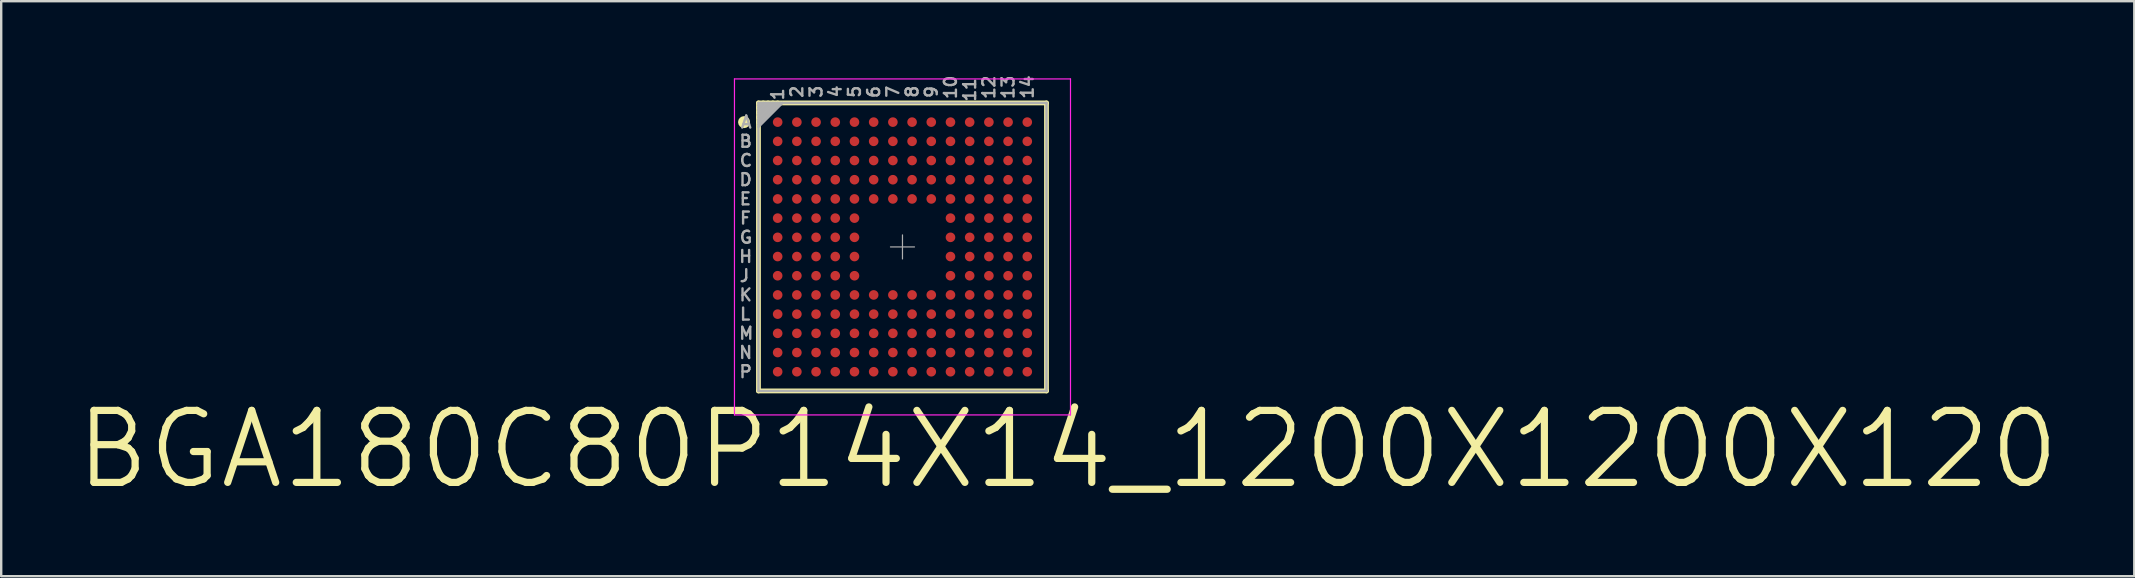
<source format=kicad_pcb>
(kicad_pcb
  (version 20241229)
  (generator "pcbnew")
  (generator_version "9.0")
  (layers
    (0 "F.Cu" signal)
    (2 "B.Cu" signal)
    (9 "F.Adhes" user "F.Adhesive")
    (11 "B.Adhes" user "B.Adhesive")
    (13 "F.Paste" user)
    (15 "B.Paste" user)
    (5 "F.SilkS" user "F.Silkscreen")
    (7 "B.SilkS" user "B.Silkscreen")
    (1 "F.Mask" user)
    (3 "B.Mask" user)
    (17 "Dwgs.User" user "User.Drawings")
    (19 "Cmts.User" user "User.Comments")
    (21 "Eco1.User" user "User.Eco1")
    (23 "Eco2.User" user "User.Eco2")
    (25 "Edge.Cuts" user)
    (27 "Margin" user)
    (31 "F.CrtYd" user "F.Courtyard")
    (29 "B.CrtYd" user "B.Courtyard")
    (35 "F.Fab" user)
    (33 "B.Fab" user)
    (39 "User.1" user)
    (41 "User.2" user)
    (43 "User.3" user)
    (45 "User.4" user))
  (footprint "BGA180C80P14X14_1200X1200X120"
    (layer "F.Cu")
    (at 34.55 7.238)
    (property "Reference" "BGA180C80P14X14_1200X1200X120" (at 6.886 8.437 0) (layer "F.SilkS") (effects (font (size 3 3) (thickness 0.3))))
    (attr smd)
    (fp_line (start -6 -6) (end 6 -6) (stroke (width 0.2) (type solid)) (layer "F.SilkS"))
    (fp_line (start -6 -5.8) (end -5.8 -6) (stroke (width 0.2) (type solid)) (layer "F.SilkS"))
    (fp_line (start -6 -5.6) (end -5.6 -6) (stroke (width 0.2) (type solid)) (layer "F.SilkS"))
    (fp_line (start -6 -5.4) (end -5.4 -6) (stroke (width 0.2) (type solid)) (layer "F.SilkS"))
    (fp_line (start -6 -5.2) (end -5.2 -6) (stroke (width 0.2) (type solid)) (layer "F.SilkS"))
    (fp_line (start -6 6) (end -6 -6) (stroke (width 0.2) (type solid)) (layer "F.SilkS"))
    (fp_line (start -6 6) (end 6 6) (stroke (width 0.2) (type solid)) (layer "F.SilkS"))
    (fp_line (start 6 6) (end 6 -6) (stroke (width 0.2) (type solid)) (layer "F.SilkS"))
    (fp_circle (center -6.6 -5.2) (end -6.475 -5.2) (stroke (width 0.25) (type solid)) (fill no) (layer "F.SilkS"))
    (fp_line (start -7 -7) (end 7 -7) (stroke (width 0.05) (type solid)) (layer "F.CrtYd"))
    (fp_line (start -7 7) (end -7 -7) (stroke (width 0.05) (type solid)) (layer "F.CrtYd"))
    (fp_line (start -7 7) (end 7 7) (stroke (width 0.05) (type solid)) (layer "F.CrtYd"))
    (fp_line (start 7 7) (end 7 -7) (stroke (width 0.05) (type solid)) (layer "F.CrtYd"))
    (fp_line (start -6 -6) (end 6 -6) (stroke (width 0.1) (type solid)) (layer "F.Fab"))
    (fp_line (start -6 -5.9) (end -5.9 -6) (stroke (width 0.1) (type solid)) (layer "F.Fab"))
    (fp_line (start -6 -5.8) (end -5.8 -6) (stroke (width 0.1) (type solid)) (layer "F.Fab"))
    (fp_line (start -6 -5.7) (end -5.7 -6) (stroke (width 0.1) (type solid)) (layer "F.Fab"))
    (fp_line (start -6 -5.6) (end -5.6 -6) (stroke (width 0.1) (type solid)) (layer "F.Fab"))
    (fp_line (start -6 -5.5) (end -5.5 -6) (stroke (width 0.1) (type solid)) (layer "F.Fab"))
    (fp_line (start -6 -5.4) (end -5.4 -6) (stroke (width 0.1) (type solid)) (layer "F.Fab"))
    (fp_line (start -6 -5.3) (end -5.3 -6) (stroke (width 0.1) (type solid)) (layer "F.Fab"))
    (fp_line (start -6 -5.2) (end -5.2 -6) (stroke (width 0.1) (type solid)) (layer "F.Fab"))
    (fp_line (start -6 -5.1) (end -5.1 -6) (stroke (width 0.1) (type solid)) (layer "F.Fab"))
    (fp_line (start -6 -5) (end -5 -6) (stroke (width 0.1) (type solid)) (layer "F.Fab"))
    (fp_line (start -6 6) (end -6 -6) (stroke (width 0.1) (type solid)) (layer "F.Fab"))
    (fp_line (start -6 6) (end 6 6) (stroke (width 0.1) (type solid)) (layer "F.Fab"))
    (fp_line (start -0.5 0) (end 0.5 0) (stroke (width 0.05) (type solid)) (layer "F.Fab"))
    (fp_line (start 0 0.5) (end 0 -0.5) (stroke (width 0.05) (type solid)) (layer "F.Fab"))
    (fp_line (start 6 6) (end 6 -6) (stroke (width 0.1) (type solid)) (layer "F.Fab"))
    (fp_text user "H" (at -6.533 0.4 0) (layer "F.Fab") (effects (font (size 0.5 0.5) (thickness 0.1))))
    (fp_text user "N" (at -6.533 4.4 0) (layer "F.Fab") (effects (font (size 0.5 0.5) (thickness 0.1))))
    (fp_text user "E" (at -6.545 -2 0) (layer "F.Fab") (effects (font (size 0.5 0.5) (thickness 0.1))))
    (fp_text user "2" (at -4.4 -6.467 90) (layer "F.Fab") (effects (font (size 0.5 0.5) (thickness 0.1))))
    (fp_text user "8" (at 0.4 -6.467 90) (layer "F.Fab") (effects (font (size 0.5 0.5) (thickness 0.1))))
    (fp_text user "P" (at -6.533 5.2 0) (layer "F.Fab") (effects (font (size 0.5 0.5) (thickness 0.1))))
    (fp_text user "10" (at 2 -6.65 90) (layer "F.Fab") (effects (font (size 0.5 0.5) (thickness 0.1))))
    (fp_text user "J" (at -6.581 1.2 0) (layer "F.Fab") (effects (font (size 0.5 0.5) (thickness 0.1))))
    (fp_text user "K" (at -6.533 2 0) (layer "F.Fab") (effects (font (size 0.5 0.5) (thickness 0.1))))
    (fp_text user "L" (at -6.557 2.8 0) (layer "F.Fab") (effects (font (size 0.5 0.5) (thickness 0.1))))
    (fp_text user "9" (at 1.2 -6.455 90) (layer "F.Fab") (effects (font (size 0.5 0.5) (thickness 0.1))))
    (fp_text user "14" (at 5.2 -6.662 90) (layer "F.Fab") (effects (font (size 0.5 0.5) (thickness 0.1))))
    (fp_text user "F" (at -6.545 -1.2 0) (layer "F.Fab") (effects (font (size 0.5 0.5) (thickness 0.1))))
    (fp_text user "6" (at -1.2 -6.455 90) (layer "F.Fab") (effects (font (size 0.5 0.5) (thickness 0.1))))
    (fp_text user "11" (at 2.8 -6.543 90) (layer "F.Fab") (effects (font (size 0.5 0.5) (thickness 0.1))))
    (fp_text user "G" (at -6.521 -0.4 0) (layer "F.Fab") (effects (font (size 0.5 0.5) (thickness 0.1))))
    (fp_text user "C" (at -6.521 -3.6 0) (layer "F.Fab") (effects (font (size 0.5 0.5) (thickness 0.1))))
    (fp_text user "4" (at -2.8 -6.479 90) (layer "F.Fab") (effects (font (size 0.5 0.5) (thickness 0.1))))
    (fp_text user "A" (at -6.51 -5.2 0) (layer "F.Fab") (effects (font (size 0.5 0.5) (thickness 0.1))))
    (fp_text user "3" (at -3.6 -6.467 90) (layer "F.Fab") (effects (font (size 0.5 0.5) (thickness 0.1))))
    (fp_text user "1" (at -5.2 -6.36 90) (layer "F.Fab") (effects (font (size 0.5 0.5) (thickness 0.1))))
    (fp_text user "13" (at 4.4 -6.65 90) (layer "F.Fab") (effects (font (size 0.5 0.5) (thickness 0.1))))
    (fp_text user "D" (at -6.533 -2.8 0) (layer "F.Fab") (effects (font (size 0.5 0.5) (thickness 0.1))))
    (fp_text user "B" (at -6.533 -4.4 0) (layer "F.Fab") (effects (font (size 0.5 0.5) (thickness 0.1))))
    (fp_text user "7" (at -0.4 -6.467 90) (layer "F.Fab") (effects (font (size 0.5 0.5) (thickness 0.1))))
    (fp_text user "12" (at 3.6 -6.65 90) (layer "F.Fab") (effects (font (size 0.5 0.5) (thickness 0.1))))
    (fp_text user "M" (at -6.51 3.6 0) (layer "F.Fab") (effects (font (size 0.5 0.5) (thickness 0.1))))
    (fp_text user "5" (at -2 -6.467 90) (layer "F.Fab") (effects (font (size 0.5 0.5) (thickness 0.1))))
    (pad "A1" smd circle (at -5.2 -5.2) (size 0.4 0.4) (layers "F.Cu" "F.Mask" "F.Paste"))
    (pad "A2" smd circle (at -4.4 -5.2) (size 0.4 0.4) (layers "F.Cu" "F.Mask" "F.Paste"))
    (pad "A3" smd circle (at -3.6 -5.2) (size 0.4 0.4) (layers "F.Cu" "F.Mask" "F.Paste"))
    (pad "A4" smd circle (at -2.8 -5.2) (size 0.4 0.4) (layers "F.Cu" "F.Mask" "F.Paste"))
    (pad "A5" smd circle (at -2 -5.2) (size 0.4 0.4) (layers "F.Cu" "F.Mask" "F.Paste"))
    (pad "A6" smd circle (at -1.2 -5.2) (size 0.4 0.4) (layers "F.Cu" "F.Mask" "F.Paste"))
    (pad "A7" smd circle (at -0.4 -5.2) (size 0.4 0.4) (layers "F.Cu" "F.Mask" "F.Paste"))
    (pad "A8" smd circle (at 0.4 -5.2) (size 0.4 0.4) (layers "F.Cu" "F.Mask" "F.Paste"))
    (pad "A9" smd circle (at 1.2 -5.2) (size 0.4 0.4) (layers "F.Cu" "F.Mask" "F.Paste"))
    (pad "A10" smd circle (at 2 -5.2) (size 0.4 0.4) (layers "F.Cu" "F.Mask" "F.Paste"))
    (pad "A11" smd circle (at 2.8 -5.2) (size 0.4 0.4) (layers "F.Cu" "F.Mask" "F.Paste"))
    (pad "A12" smd circle (at 3.6 -5.2) (size 0.4 0.4) (layers "F.Cu" "F.Mask" "F.Paste"))
    (pad "A13" smd circle (at 4.4 -5.2) (size 0.4 0.4) (layers "F.Cu" "F.Mask" "F.Paste"))
    (pad "A14" smd circle (at 5.2 -5.2) (size 0.4 0.4) (layers "F.Cu" "F.Mask" "F.Paste"))
    (pad "B1" smd circle (at -5.2 -4.4) (size 0.4 0.4) (layers "F.Cu" "F.Mask" "F.Paste"))
    (pad "B2" smd circle (at -4.4 -4.4) (size 0.4 0.4) (layers "F.Cu" "F.Mask" "F.Paste"))
    (pad "B3" smd circle (at -3.6 -4.4) (size 0.4 0.4) (layers "F.Cu" "F.Mask" "F.Paste"))
    (pad "B4" smd circle (at -2.8 -4.4) (size 0.4 0.4) (layers "F.Cu" "F.Mask" "F.Paste"))
    (pad "B5" smd circle (at -2 -4.4) (size 0.4 0.4) (layers "F.Cu" "F.Mask" "F.Paste"))
    (pad "B6" smd circle (at -1.2 -4.4) (size 0.4 0.4) (layers "F.Cu" "F.Mask" "F.Paste"))
    (pad "B7" smd circle (at -0.4 -4.4) (size 0.4 0.4) (layers "F.Cu" "F.Mask" "F.Paste"))
    (pad "B8" smd circle (at 0.4 -4.4) (size 0.4 0.4) (layers "F.Cu" "F.Mask" "F.Paste"))
    (pad "B9" smd circle (at 1.2 -4.4) (size 0.4 0.4) (layers "F.Cu" "F.Mask" "F.Paste"))
    (pad "B10" smd circle (at 2 -4.4) (size 0.4 0.4) (layers "F.Cu" "F.Mask" "F.Paste"))
    (pad "B11" smd circle (at 2.8 -4.4) (size 0.4 0.4) (layers "F.Cu" "F.Mask" "F.Paste"))
    (pad "B12" smd circle (at 3.6 -4.4) (size 0.4 0.4) (layers "F.Cu" "F.Mask" "F.Paste"))
    (pad "B13" smd circle (at 4.4 -4.4) (size 0.4 0.4) (layers "F.Cu" "F.Mask" "F.Paste"))
    (pad "B14" smd circle (at 5.2 -4.4) (size 0.4 0.4) (layers "F.Cu" "F.Mask" "F.Paste"))
    (pad "C1" smd circle (at -5.2 -3.6) (size 0.4 0.4) (layers "F.Cu" "F.Mask" "F.Paste"))
    (pad "C2" smd circle (at -4.4 -3.6) (size 0.4 0.4) (layers "F.Cu" "F.Mask" "F.Paste"))
    (pad "C3" smd circle (at -3.6 -3.6) (size 0.4 0.4) (layers "F.Cu" "F.Mask" "F.Paste"))
    (pad "C4" smd circle (at -2.8 -3.6) (size 0.4 0.4) (layers "F.Cu" "F.Mask" "F.Paste"))
    (pad "C5" smd circle (at -2 -3.6) (size 0.4 0.4) (layers "F.Cu" "F.Mask" "F.Paste"))
    (pad "C6" smd circle (at -1.2 -3.6) (size 0.4 0.4) (layers "F.Cu" "F.Mask" "F.Paste"))
    (pad "C7" smd circle (at -0.4 -3.6) (size 0.4 0.4) (layers "F.Cu" "F.Mask" "F.Paste"))
    (pad "C8" smd circle (at 0.4 -3.6) (size 0.4 0.4) (layers "F.Cu" "F.Mask" "F.Paste"))
    (pad "C9" smd circle (at 1.2 -3.6) (size 0.4 0.4) (layers "F.Cu" "F.Mask" "F.Paste"))
    (pad "C10" smd circle (at 2 -3.6) (size 0.4 0.4) (layers "F.Cu" "F.Mask" "F.Paste"))
    (pad "C11" smd circle (at 2.8 -3.6) (size 0.4 0.4) (layers "F.Cu" "F.Mask" "F.Paste"))
    (pad "C12" smd circle (at 3.6 -3.6) (size 0.4 0.4) (layers "F.Cu" "F.Mask" "F.Paste"))
    (pad "C13" smd circle (at 4.4 -3.6) (size 0.4 0.4) (layers "F.Cu" "F.Mask" "F.Paste"))
    (pad "C14" smd circle (at 5.2 -3.6) (size 0.4 0.4) (layers "F.Cu" "F.Mask" "F.Paste"))
    (pad "D1" smd circle (at -5.2 -2.8) (size 0.4 0.4) (layers "F.Cu" "F.Mask" "F.Paste"))
    (pad "D2" smd circle (at -4.4 -2.8) (size 0.4 0.4) (layers "F.Cu" "F.Mask" "F.Paste"))
    (pad "D3" smd circle (at -3.6 -2.8) (size 0.4 0.4) (layers "F.Cu" "F.Mask" "F.Paste"))
    (pad "D4" smd circle (at -2.8 -2.8) (size 0.4 0.4) (layers "F.Cu" "F.Mask" "F.Paste"))
    (pad "D5" smd circle (at -2 -2.8) (size 0.4 0.4) (layers "F.Cu" "F.Mask" "F.Paste"))
    (pad "D6" smd circle (at -1.2 -2.8) (size 0.4 0.4) (layers "F.Cu" "F.Mask" "F.Paste"))
    (pad "D7" smd circle (at -0.4 -2.8) (size 0.4 0.4) (layers "F.Cu" "F.Mask" "F.Paste"))
    (pad "D8" smd circle (at 0.4 -2.8) (size 0.4 0.4) (layers "F.Cu" "F.Mask" "F.Paste"))
    (pad "D9" smd circle (at 1.2 -2.8) (size 0.4 0.4) (layers "F.Cu" "F.Mask" "F.Paste"))
    (pad "D10" smd circle (at 2 -2.8) (size 0.4 0.4) (layers "F.Cu" "F.Mask" "F.Paste"))
    (pad "D11" smd circle (at 2.8 -2.8) (size 0.4 0.4) (layers "F.Cu" "F.Mask" "F.Paste"))
    (pad "D12" smd circle (at 3.6 -2.8) (size 0.4 0.4) (layers "F.Cu" "F.Mask" "F.Paste"))
    (pad "D13" smd circle (at 4.4 -2.8) (size 0.4 0.4) (layers "F.Cu" "F.Mask" "F.Paste"))
    (pad "D14" smd circle (at 5.2 -2.8) (size 0.4 0.4) (layers "F.Cu" "F.Mask" "F.Paste"))
    (pad "E1" smd circle (at -5.2 -2) (size 0.4 0.4) (layers "F.Cu" "F.Mask" "F.Paste"))
    (pad "E2" smd circle (at -4.4 -2) (size 0.4 0.4) (layers "F.Cu" "F.Mask" "F.Paste"))
    (pad "E3" smd circle (at -3.6 -2) (size 0.4 0.4) (layers "F.Cu" "F.Mask" "F.Paste"))
    (pad "E4" smd circle (at -2.8 -2) (size 0.4 0.4) (layers "F.Cu" "F.Mask" "F.Paste"))
    (pad "E5" smd circle (at -2 -2) (size 0.4 0.4) (layers "F.Cu" "F.Mask" "F.Paste"))
    (pad "E6" smd circle (at -1.2 -2) (size 0.4 0.4) (layers "F.Cu" "F.Mask" "F.Paste"))
    (pad "E7" smd circle (at -0.4 -2) (size 0.4 0.4) (layers "F.Cu" "F.Mask" "F.Paste"))
    (pad "E8" smd circle (at 0.4 -2) (size 0.4 0.4) (layers "F.Cu" "F.Mask" "F.Paste"))
    (pad "E9" smd circle (at 1.2 -2) (size 0.4 0.4) (layers "F.Cu" "F.Mask" "F.Paste"))
    (pad "E10" smd circle (at 2 -2) (size 0.4 0.4) (layers "F.Cu" "F.Mask" "F.Paste"))
    (pad "E11" smd circle (at 2.8 -2) (size 0.4 0.4) (layers "F.Cu" "F.Mask" "F.Paste"))
    (pad "E12" smd circle (at 3.6 -2) (size 0.4 0.4) (layers "F.Cu" "F.Mask" "F.Paste"))
    (pad "E13" smd circle (at 4.4 -2) (size 0.4 0.4) (layers "F.Cu" "F.Mask" "F.Paste"))
    (pad "E14" smd circle (at 5.2 -2) (size 0.4 0.4) (layers "F.Cu" "F.Mask" "F.Paste"))
    (pad "F1" smd circle (at -5.2 -1.2) (size 0.4 0.4) (layers "F.Cu" "F.Mask" "F.Paste"))
    (pad "F2" smd circle (at -4.4 -1.2) (size 0.4 0.4) (layers "F.Cu" "F.Mask" "F.Paste"))
    (pad "F3" smd circle (at -3.6 -1.2) (size 0.4 0.4) (layers "F.Cu" "F.Mask" "F.Paste"))
    (pad "F4" smd circle (at -2.8 -1.2) (size 0.4 0.4) (layers "F.Cu" "F.Mask" "F.Paste"))
    (pad "F5" smd circle (at -2 -1.2) (size 0.4 0.4) (layers "F.Cu" "F.Mask" "F.Paste"))
    (pad "F10" smd circle (at 2 -1.2) (size 0.4 0.4) (layers "F.Cu" "F.Mask" "F.Paste"))
    (pad "F11" smd circle (at 2.8 -1.2) (size 0.4 0.4) (layers "F.Cu" "F.Mask" "F.Paste"))
    (pad "F12" smd circle (at 3.6 -1.2) (size 0.4 0.4) (layers "F.Cu" "F.Mask" "F.Paste"))
    (pad "F13" smd circle (at 4.4 -1.2) (size 0.4 0.4) (layers "F.Cu" "F.Mask" "F.Paste"))
    (pad "F14" smd circle (at 5.2 -1.2) (size 0.4 0.4) (layers "F.Cu" "F.Mask" "F.Paste"))
    (pad "G1" smd circle (at -5.2 -0.4) (size 0.4 0.4) (layers "F.Cu" "F.Mask" "F.Paste"))
    (pad "G2" smd circle (at -4.4 -0.4) (size 0.4 0.4) (layers "F.Cu" "F.Mask" "F.Paste"))
    (pad "G3" smd circle (at -3.6 -0.4) (size 0.4 0.4) (layers "F.Cu" "F.Mask" "F.Paste"))
    (pad "G4" smd circle (at -2.8 -0.4) (size 0.4 0.4) (layers "F.Cu" "F.Mask" "F.Paste"))
    (pad "G5" smd circle (at -2 -0.4) (size 0.4 0.4) (layers "F.Cu" "F.Mask" "F.Paste"))
    (pad "G10" smd circle (at 2 -0.4) (size 0.4 0.4) (layers "F.Cu" "F.Mask" "F.Paste"))
    (pad "G11" smd circle (at 2.8 -0.4) (size 0.4 0.4) (layers "F.Cu" "F.Mask" "F.Paste"))
    (pad "G12" smd circle (at 3.6 -0.4) (size 0.4 0.4) (layers "F.Cu" "F.Mask" "F.Paste"))
    (pad "G13" smd circle (at 4.4 -0.4) (size 0.4 0.4) (layers "F.Cu" "F.Mask" "F.Paste"))
    (pad "G14" smd circle (at 5.2 -0.4) (size 0.4 0.4) (layers "F.Cu" "F.Mask" "F.Paste"))
    (pad "H1" smd circle (at -5.2 0.4) (size 0.4 0.4) (layers "F.Cu" "F.Mask" "F.Paste"))
    (pad "H2" smd circle (at -4.4 0.4) (size 0.4 0.4) (layers "F.Cu" "F.Mask" "F.Paste"))
    (pad "H3" smd circle (at -3.6 0.4) (size 0.4 0.4) (layers "F.Cu" "F.Mask" "F.Paste"))
    (pad "H4" smd circle (at -2.8 0.4) (size 0.4 0.4) (layers "F.Cu" "F.Mask" "F.Paste"))
    (pad "H5" smd circle (at -2 0.4) (size 0.4 0.4) (layers "F.Cu" "F.Mask" "F.Paste"))
    (pad "H10" smd circle (at 2 0.4) (size 0.4 0.4) (layers "F.Cu" "F.Mask" "F.Paste"))
    (pad "H11" smd circle (at 2.8 0.4) (size 0.4 0.4) (layers "F.Cu" "F.Mask" "F.Paste"))
    (pad "H12" smd circle (at 3.6 0.4) (size 0.4 0.4) (layers "F.Cu" "F.Mask" "F.Paste"))
    (pad "H13" smd circle (at 4.4 0.4) (size 0.4 0.4) (layers "F.Cu" "F.Mask" "F.Paste"))
    (pad "H14" smd circle (at 5.2 0.4) (size 0.4 0.4) (layers "F.Cu" "F.Mask" "F.Paste"))
    (pad "J1" smd circle (at -5.2 1.2) (size 0.4 0.4) (layers "F.Cu" "F.Mask" "F.Paste"))
    (pad "J2" smd circle (at -4.4 1.2) (size 0.4 0.4) (layers "F.Cu" "F.Mask" "F.Paste"))
    (pad "J3" smd circle (at -3.6 1.2) (size 0.4 0.4) (layers "F.Cu" "F.Mask" "F.Paste"))
    (pad "J4" smd circle (at -2.8 1.2) (size 0.4 0.4) (layers "F.Cu" "F.Mask" "F.Paste"))
    (pad "J5" smd circle (at -2 1.2) (size 0.4 0.4) (layers "F.Cu" "F.Mask" "F.Paste"))
    (pad "J10" smd circle (at 2 1.2) (size 0.4 0.4) (layers "F.Cu" "F.Mask" "F.Paste"))
    (pad "J11" smd circle (at 2.8 1.2) (size 0.4 0.4) (layers "F.Cu" "F.Mask" "F.Paste"))
    (pad "J12" smd circle (at 3.6 1.2) (size 0.4 0.4) (layers "F.Cu" "F.Mask" "F.Paste"))
    (pad "J13" smd circle (at 4.4 1.2) (size 0.4 0.4) (layers "F.Cu" "F.Mask" "F.Paste"))
    (pad "J14" smd circle (at 5.2 1.2) (size 0.4 0.4) (layers "F.Cu" "F.Mask" "F.Paste"))
    (pad "K1" smd circle (at -5.2 2) (size 0.4 0.4) (layers "F.Cu" "F.Mask" "F.Paste"))
    (pad "K2" smd circle (at -4.4 2) (size 0.4 0.4) (layers "F.Cu" "F.Mask" "F.Paste"))
    (pad "K3" smd circle (at -3.6 2) (size 0.4 0.4) (layers "F.Cu" "F.Mask" "F.Paste"))
    (pad "K4" smd circle (at -2.8 2) (size 0.4 0.4) (layers "F.Cu" "F.Mask" "F.Paste"))
    (pad "K5" smd circle (at -2 2) (size 0.4 0.4) (layers "F.Cu" "F.Mask" "F.Paste"))
    (pad "K6" smd circle (at -1.2 2) (size 0.4 0.4) (layers "F.Cu" "F.Mask" "F.Paste"))
    (pad "K7" smd circle (at -0.4 2) (size 0.4 0.4) (layers "F.Cu" "F.Mask" "F.Paste"))
    (pad "K8" smd circle (at 0.4 2) (size 0.4 0.4) (layers "F.Cu" "F.Mask" "F.Paste"))
    (pad "K9" smd circle (at 1.2 2) (size 0.4 0.4) (layers "F.Cu" "F.Mask" "F.Paste"))
    (pad "K10" smd circle (at 2 2) (size 0.4 0.4) (layers "F.Cu" "F.Mask" "F.Paste"))
    (pad "K11" smd circle (at 2.8 2) (size 0.4 0.4) (layers "F.Cu" "F.Mask" "F.Paste"))
    (pad "K12" smd circle (at 3.6 2) (size 0.4 0.4) (layers "F.Cu" "F.Mask" "F.Paste"))
    (pad "K13" smd circle (at 4.4 2) (size 0.4 0.4) (layers "F.Cu" "F.Mask" "F.Paste"))
    (pad "K14" smd circle (at 5.2 2) (size 0.4 0.4) (layers "F.Cu" "F.Mask" "F.Paste"))
    (pad "L1" smd circle (at -5.2 2.8) (size 0.4 0.4) (layers "F.Cu" "F.Mask" "F.Paste"))
    (pad "L2" smd circle (at -4.4 2.8) (size 0.4 0.4) (layers "F.Cu" "F.Mask" "F.Paste"))
    (pad "L3" smd circle (at -3.6 2.8) (size 0.4 0.4) (layers "F.Cu" "F.Mask" "F.Paste"))
    (pad "L4" smd circle (at -2.8 2.8) (size 0.4 0.4) (layers "F.Cu" "F.Mask" "F.Paste"))
    (pad "L5" smd circle (at -2 2.8) (size 0.4 0.4) (layers "F.Cu" "F.Mask" "F.Paste"))
    (pad "L6" smd circle (at -1.2 2.8) (size 0.4 0.4) (layers "F.Cu" "F.Mask" "F.Paste"))
    (pad "L7" smd circle (at -0.4 2.8) (size 0.4 0.4) (layers "F.Cu" "F.Mask" "F.Paste"))
    (pad "L8" smd circle (at 0.4 2.8) (size 0.4 0.4) (layers "F.Cu" "F.Mask" "F.Paste"))
    (pad "L9" smd circle (at 1.2 2.8) (size 0.4 0.4) (layers "F.Cu" "F.Mask" "F.Paste"))
    (pad "L10" smd circle (at 2 2.8) (size 0.4 0.4) (layers "F.Cu" "F.Mask" "F.Paste"))
    (pad "L11" smd circle (at 2.8 2.8) (size 0.4 0.4) (layers "F.Cu" "F.Mask" "F.Paste"))
    (pad "L12" smd circle (at 3.6 2.8) (size 0.4 0.4) (layers "F.Cu" "F.Mask" "F.Paste"))
    (pad "L13" smd circle (at 4.4 2.8) (size 0.4 0.4) (layers "F.Cu" "F.Mask" "F.Paste"))
    (pad "L14" smd circle (at 5.2 2.8) (size 0.4 0.4) (layers "F.Cu" "F.Mask" "F.Paste"))
    (pad "M1" smd circle (at -5.2 3.6) (size 0.4 0.4) (layers "F.Cu" "F.Mask" "F.Paste"))
    (pad "M2" smd circle (at -4.4 3.6) (size 0.4 0.4) (layers "F.Cu" "F.Mask" "F.Paste"))
    (pad "M3" smd circle (at -3.6 3.6) (size 0.4 0.4) (layers "F.Cu" "F.Mask" "F.Paste"))
    (pad "M4" smd circle (at -2.8 3.6) (size 0.4 0.4) (layers "F.Cu" "F.Mask" "F.Paste"))
    (pad "M5" smd circle (at -2 3.6) (size 0.4 0.4) (layers "F.Cu" "F.Mask" "F.Paste"))
    (pad "M6" smd circle (at -1.2 3.6) (size 0.4 0.4) (layers "F.Cu" "F.Mask" "F.Paste"))
    (pad "M7" smd circle (at -0.4 3.6) (size 0.4 0.4) (layers "F.Cu" "F.Mask" "F.Paste"))
    (pad "M8" smd circle (at 0.4 3.6) (size 0.4 0.4) (layers "F.Cu" "F.Mask" "F.Paste"))
    (pad "M9" smd circle (at 1.2 3.6) (size 0.4 0.4) (layers "F.Cu" "F.Mask" "F.Paste"))
    (pad "M10" smd circle (at 2 3.6) (size 0.4 0.4) (layers "F.Cu" "F.Mask" "F.Paste"))
    (pad "M11" smd circle (at 2.8 3.6) (size 0.4 0.4) (layers "F.Cu" "F.Mask" "F.Paste"))
    (pad "M12" smd circle (at 3.6 3.6) (size 0.4 0.4) (layers "F.Cu" "F.Mask" "F.Paste"))
    (pad "M13" smd circle (at 4.4 3.6) (size 0.4 0.4) (layers "F.Cu" "F.Mask" "F.Paste"))
    (pad "M14" smd circle (at 5.2 3.6) (size 0.4 0.4) (layers "F.Cu" "F.Mask" "F.Paste"))
    (pad "N1" smd circle (at -5.2 4.4) (size 0.4 0.4) (layers "F.Cu" "F.Mask" "F.Paste"))
    (pad "N2" smd circle (at -4.4 4.4) (size 0.4 0.4) (layers "F.Cu" "F.Mask" "F.Paste"))
    (pad "N3" smd circle (at -3.6 4.4) (size 0.4 0.4) (layers "F.Cu" "F.Mask" "F.Paste"))
    (pad "N4" smd circle (at -2.8 4.4) (size 0.4 0.4) (layers "F.Cu" "F.Mask" "F.Paste"))
    (pad "N5" smd circle (at -2 4.4) (size 0.4 0.4) (layers "F.Cu" "F.Mask" "F.Paste"))
    (pad "N6" smd circle (at -1.2 4.4) (size 0.4 0.4) (layers "F.Cu" "F.Mask" "F.Paste"))
    (pad "N7" smd circle (at -0.4 4.4) (size 0.4 0.4) (layers "F.Cu" "F.Mask" "F.Paste"))
    (pad "N8" smd circle (at 0.4 4.4) (size 0.4 0.4) (layers "F.Cu" "F.Mask" "F.Paste"))
    (pad "N9" smd circle (at 1.2 4.4) (size 0.4 0.4) (layers "F.Cu" "F.Mask" "F.Paste"))
    (pad "N10" smd circle (at 2 4.4) (size 0.4 0.4) (layers "F.Cu" "F.Mask" "F.Paste"))
    (pad "N11" smd circle (at 2.8 4.4) (size 0.4 0.4) (layers "F.Cu" "F.Mask" "F.Paste"))
    (pad "N12" smd circle (at 3.6 4.4) (size 0.4 0.4) (layers "F.Cu" "F.Mask" "F.Paste"))
    (pad "N13" smd circle (at 4.4 4.4) (size 0.4 0.4) (layers "F.Cu" "F.Mask" "F.Paste"))
    (pad "N14" smd circle (at 5.2 4.4) (size 0.4 0.4) (layers "F.Cu" "F.Mask" "F.Paste"))
    (pad "P1" smd circle (at -5.2 5.2) (size 0.4 0.4) (layers "F.Cu" "F.Mask" "F.Paste"))
    (pad "P2" smd circle (at -4.4 5.2) (size 0.4 0.4) (layers "F.Cu" "F.Mask" "F.Paste"))
    (pad "P3" smd circle (at -3.6 5.2) (size 0.4 0.4) (layers "F.Cu" "F.Mask" "F.Paste"))
    (pad "P4" smd circle (at -2.8 5.2) (size 0.4 0.4) (layers "F.Cu" "F.Mask" "F.Paste"))
    (pad "P5" smd circle (at -2 5.2) (size 0.4 0.4) (layers "F.Cu" "F.Mask" "F.Paste"))
    (pad "P6" smd circle (at -1.2 5.2) (size 0.4 0.4) (layers "F.Cu" "F.Mask" "F.Paste"))
    (pad "P7" smd circle (at -0.4 5.2) (size 0.4 0.4) (layers "F.Cu" "F.Mask" "F.Paste"))
    (pad "P8" smd circle (at 0.4 5.2) (size 0.4 0.4) (layers "F.Cu" "F.Mask" "F.Paste"))
    (pad "P9" smd circle (at 1.2 5.2) (size 0.4 0.4) (layers "F.Cu" "F.Mask" "F.Paste"))
    (pad "P10" smd circle (at 2 5.2) (size 0.4 0.4) (layers "F.Cu" "F.Mask" "F.Paste"))
    (pad "P11" smd circle (at 2.8 5.2) (size 0.4 0.4) (layers "F.Cu" "F.Mask" "F.Paste"))
    (pad "P12" smd circle (at 3.6 5.2) (size 0.4 0.4) (layers "F.Cu" "F.Mask" "F.Paste"))
    (pad "P13" smd circle (at 4.4 5.2) (size 0.4 0.4) (layers "F.Cu" "F.Mask" "F.Paste"))
    (pad "P14" smd circle (at 5.2 5.2) (size 0.4 0.4) (layers "F.Cu" "F.Mask" "F.Paste")))
  (gr_rect
    (start -3 -3)
    (end 85.871 20.957)
    (stroke (width 0.1) (type default))
    (fill no)
    (layer "Edge.Cuts")))
</source>
